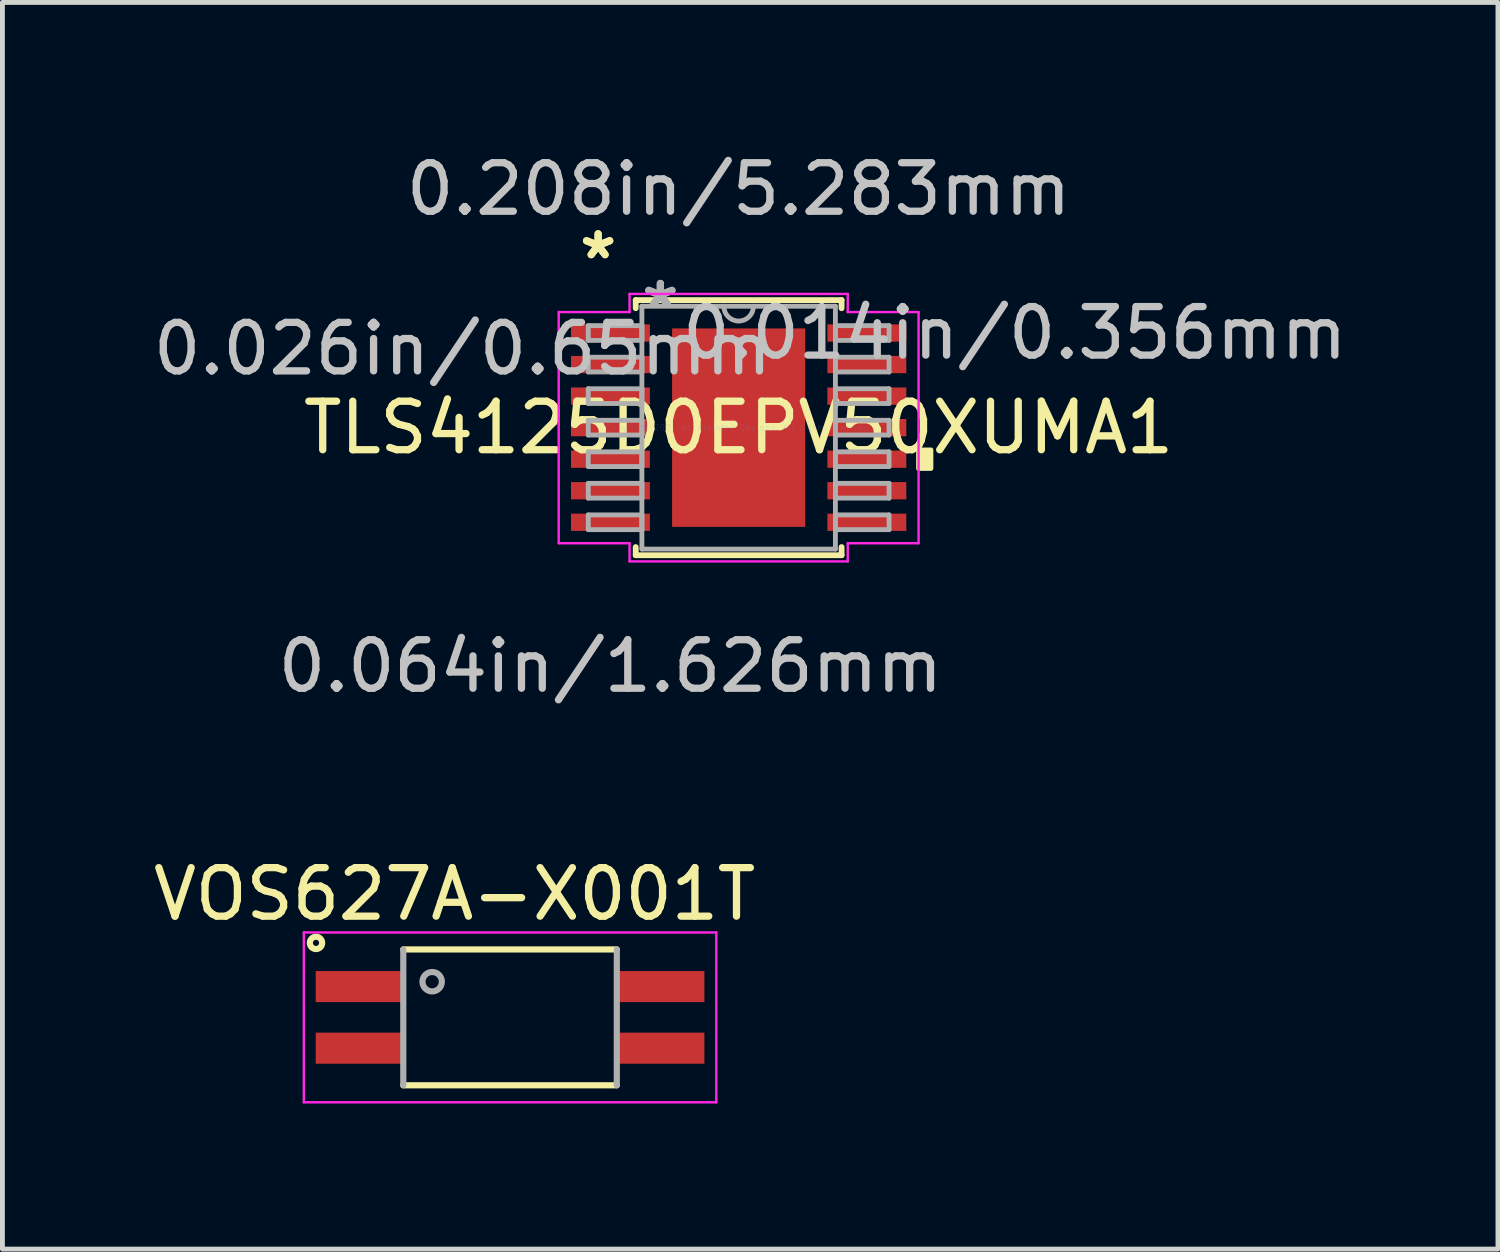
<source format=kicad_pcb>
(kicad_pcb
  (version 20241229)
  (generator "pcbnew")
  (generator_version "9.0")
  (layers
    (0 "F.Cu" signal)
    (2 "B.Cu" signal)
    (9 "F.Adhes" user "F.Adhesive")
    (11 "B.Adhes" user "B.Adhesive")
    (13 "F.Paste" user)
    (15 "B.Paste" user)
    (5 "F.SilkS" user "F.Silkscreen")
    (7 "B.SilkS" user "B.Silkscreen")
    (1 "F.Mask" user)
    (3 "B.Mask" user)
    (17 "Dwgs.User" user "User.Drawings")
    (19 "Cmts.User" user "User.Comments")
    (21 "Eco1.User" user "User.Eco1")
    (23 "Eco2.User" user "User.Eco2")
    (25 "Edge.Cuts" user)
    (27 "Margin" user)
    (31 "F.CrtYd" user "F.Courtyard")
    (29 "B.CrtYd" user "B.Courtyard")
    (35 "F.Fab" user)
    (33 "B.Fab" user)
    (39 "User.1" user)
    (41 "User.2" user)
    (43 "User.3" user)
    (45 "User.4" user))
  (footprint "VOS627A-X001T"
    (layer "F.Cu")
    (at 7.461 17.916)
    (property "Reference" "VOS627A-X001T" (at -1.143 -2.541 0) (layer "F.SilkS") (effects (font (size 1 1) (thickness 0.15))))
    (attr through_hole)
    (fp_line (start -2.2 1.4) (end 2.2 1.4) (stroke (width 0.127) (type solid)) (layer "F.SilkS"))
    (fp_line (start 2.2 -1.4) (end -2.2 -1.4) (stroke (width 0.127) (type solid)) (layer "F.SilkS"))
    (fp_circle (center -3.999 -1.535) (end -3.872 -1.535) (stroke (width 0.127) (type solid)) (fill no) (layer "F.SilkS"))
    (fp_line (start -4.25 -1.75) (end 4.25 -1.75) (stroke (width 0.05) (type solid)) (layer "F.CrtYd"))
    (fp_line (start -4.25 1.75) (end -4.25 -1.75) (stroke (width 0.05) (type solid)) (layer "F.CrtYd"))
    (fp_line (start 4.25 -1.75) (end 4.25 1.75) (stroke (width 0.05) (type solid)) (layer "F.CrtYd"))
    (fp_line (start 4.25 1.75) (end -4.25 1.75) (stroke (width 0.05) (type solid)) (layer "F.CrtYd"))
    (fp_line (start -2.2 -1.4) (end -2.2 1.4) (stroke (width 0.127) (type solid)) (layer "F.Fab"))
    (fp_line (start 2.2 1.4) (end 2.2 -1.4) (stroke (width 0.127) (type solid)) (layer "F.Fab"))
    (fp_circle (center -1.605 -0.735) (end -1.405 -0.735) (stroke (width 0.127) (type solid)) (fill no) (layer "F.Fab"))
    (pad "1" smd rect (at -3.085 -0.635) (size 1.84 0.64) (layers "F.Cu" "F.Mask" "F.Paste"))
    (pad "2" smd rect (at -3.085 0.635) (size 1.84 0.64) (layers "F.Cu" "F.Mask" "F.Paste"))
    (pad "3" smd rect (at 3.085 0.635) (size 1.84 0.64) (layers "F.Cu" "F.Mask" "F.Paste"))
    (pad "4" smd rect (at 3.085 -0.635) (size 1.84 0.64) (layers "F.Cu" "F.Mask" "F.Paste")))
  (footprint "TLS4125D0EPV50XUMA1"
    (layer "F.Cu")
    (at 12.172 5.763)
    (property "Reference" "TLS4125D0EPV50XUMA1" (at 0 0 0) (layer "F.SilkS") (effects (font (size 1 1) (thickness 0.15))))
    (attr through_hole)
    (fp_line (start -2.121 -2.629) (end -2.121 -2.461) (stroke (width 0.12) (type solid)) (layer "F.SilkS"))
    (fp_line (start -2.121 2.461) (end -2.121 2.629) (stroke (width 0.12) (type solid)) (layer "F.SilkS"))
    (fp_line (start -2.121 2.629) (end 2.121 2.629) (stroke (width 0.12) (type solid)) (layer "F.SilkS"))
    (fp_line (start 2.121 -2.629) (end -2.121 -2.629) (stroke (width 0.12) (type solid)) (layer "F.SilkS"))
    (fp_line (start 2.121 -2.461) (end 2.121 -2.629) (stroke (width 0.12) (type solid)) (layer "F.SilkS"))
    (fp_line (start 2.121 2.629) (end 2.121 2.461) (stroke (width 0.12) (type solid)) (layer "F.SilkS"))
    (fp_poly (pts (xy 3.962 0.459) (xy 3.962 0.84) (xy 3.708 0.84) (xy 3.708 0.459)) (stroke (width 0.1) (type solid)) (fill yes) (layer "F.SilkS"))
    (fp_line (start -3.708 -2.382) (end -2.248 -2.382) (stroke (width 0.05) (type solid)) (layer "F.CrtYd"))
    (fp_line (start -3.708 2.382) (end -3.708 -2.382) (stroke (width 0.05) (type solid)) (layer "F.CrtYd"))
    (fp_line (start -2.248 -2.756) (end 2.248 -2.756) (stroke (width 0.05) (type solid)) (layer "F.CrtYd"))
    (fp_line (start -2.248 -2.382) (end -2.248 -2.756) (stroke (width 0.05) (type solid)) (layer "F.CrtYd"))
    (fp_line (start -2.248 2.382) (end -3.708 2.382) (stroke (width 0.05) (type solid)) (layer "F.CrtYd"))
    (fp_line (start -2.248 2.756) (end -2.248 2.382) (stroke (width 0.05) (type solid)) (layer "F.CrtYd"))
    (fp_line (start 2.248 -2.756) (end 2.248 -2.382) (stroke (width 0.05) (type solid)) (layer "F.CrtYd"))
    (fp_line (start 2.248 -2.382) (end 3.708 -2.382) (stroke (width 0.05) (type solid)) (layer "F.CrtYd"))
    (fp_line (start 2.248 2.382) (end 2.248 2.756) (stroke (width 0.05) (type solid)) (layer "F.CrtYd"))
    (fp_line (start 2.248 2.756) (end -2.248 2.756) (stroke (width 0.05) (type solid)) (layer "F.CrtYd"))
    (fp_line (start 3.708 -2.382) (end 3.708 2.382) (stroke (width 0.05) (type solid)) (layer "F.CrtYd"))
    (fp_line (start 3.708 2.382) (end 2.248 2.382) (stroke (width 0.05) (type solid)) (layer "F.CrtYd"))
    (fp_line (start -3.099 -2.102) (end -3.099 -1.798) (stroke (width 0.1) (type solid)) (layer "F.Fab"))
    (fp_line (start -3.099 -1.798) (end -1.994 -1.798) (stroke (width 0.1) (type solid)) (layer "F.Fab"))
    (fp_line (start -3.099 -1.452) (end -3.099 -1.148) (stroke (width 0.1) (type solid)) (layer "F.Fab"))
    (fp_line (start -3.099 -1.148) (end -1.994 -1.148) (stroke (width 0.1) (type solid)) (layer "F.Fab"))
    (fp_line (start -3.099 -0.802) (end -3.099 -0.498) (stroke (width 0.1) (type solid)) (layer "F.Fab"))
    (fp_line (start -3.099 -0.498) (end -1.994 -0.498) (stroke (width 0.1) (type solid)) (layer "F.Fab"))
    (fp_line (start -3.099 -0.152) (end -3.099 0.152) (stroke (width 0.1) (type solid)) (layer "F.Fab"))
    (fp_line (start -3.099 0.152) (end -1.994 0.152) (stroke (width 0.1) (type solid)) (layer "F.Fab"))
    (fp_line (start -3.099 0.498) (end -3.099 0.802) (stroke (width 0.1) (type solid)) (layer "F.Fab"))
    (fp_line (start -3.099 0.802) (end -1.994 0.802) (stroke (width 0.1) (type solid)) (layer "F.Fab"))
    (fp_line (start -3.099 1.148) (end -3.099 1.452) (stroke (width 0.1) (type solid)) (layer "F.Fab"))
    (fp_line (start -3.099 1.452) (end -1.994 1.452) (stroke (width 0.1) (type solid)) (layer "F.Fab"))
    (fp_line (start -3.099 1.798) (end -3.099 2.102) (stroke (width 0.1) (type solid)) (layer "F.Fab"))
    (fp_line (start -3.099 2.102) (end -1.994 2.102) (stroke (width 0.1) (type solid)) (layer "F.Fab"))
    (fp_line (start -1.994 -2.502) (end -1.994 2.502) (stroke (width 0.1) (type solid)) (layer "F.Fab"))
    (fp_line (start -1.994 -2.102) (end -3.099 -2.102) (stroke (width 0.1) (type solid)) (layer "F.Fab"))
    (fp_line (start -1.994 -1.798) (end -1.994 -2.102) (stroke (width 0.1) (type solid)) (layer "F.Fab"))
    (fp_line (start -1.994 -1.452) (end -3.099 -1.452) (stroke (width 0.1) (type solid)) (layer "F.Fab"))
    (fp_line (start -1.994 -1.148) (end -1.994 -1.452) (stroke (width 0.1) (type solid)) (layer "F.Fab"))
    (fp_line (start -1.994 -0.802) (end -3.099 -0.802) (stroke (width 0.1) (type solid)) (layer "F.Fab"))
    (fp_line (start -1.994 -0.498) (end -1.994 -0.802) (stroke (width 0.1) (type solid)) (layer "F.Fab"))
    (fp_line (start -1.994 -0.152) (end -3.099 -0.152) (stroke (width 0.1) (type solid)) (layer "F.Fab"))
    (fp_line (start -1.994 0.152) (end -1.994 -0.152) (stroke (width 0.1) (type solid)) (layer "F.Fab"))
    (fp_line (start -1.994 0.498) (end -3.099 0.498) (stroke (width 0.1) (type solid)) (layer "F.Fab"))
    (fp_line (start -1.994 0.802) (end -1.994 0.498) (stroke (width 0.1) (type solid)) (layer "F.Fab"))
    (fp_line (start -1.994 1.148) (end -3.099 1.148) (stroke (width 0.1) (type solid)) (layer "F.Fab"))
    (fp_line (start -1.994 1.452) (end -1.994 1.148) (stroke (width 0.1) (type solid)) (layer "F.Fab"))
    (fp_line (start -1.994 1.798) (end -3.099 1.798) (stroke (width 0.1) (type solid)) (layer "F.Fab"))
    (fp_line (start -1.994 2.102) (end -1.994 1.798) (stroke (width 0.1) (type solid)) (layer "F.Fab"))
    (fp_line (start -1.994 2.502) (end 1.994 2.502) (stroke (width 0.1) (type solid)) (layer "F.Fab"))
    (fp_line (start 1.994 -2.502) (end -1.994 -2.502) (stroke (width 0.1) (type solid)) (layer "F.Fab"))
    (fp_line (start 1.994 -2.102) (end 1.994 -1.798) (stroke (width 0.1) (type solid)) (layer "F.Fab"))
    (fp_line (start 1.994 -1.798) (end 3.099 -1.798) (stroke (width 0.1) (type solid)) (layer "F.Fab"))
    (fp_line (start 1.994 -1.452) (end 1.994 -1.148) (stroke (width 0.1) (type solid)) (layer "F.Fab"))
    (fp_line (start 1.994 -1.148) (end 3.099 -1.148) (stroke (width 0.1) (type solid)) (layer "F.Fab"))
    (fp_line (start 1.994 -0.802) (end 1.994 -0.498) (stroke (width 0.1) (type solid)) (layer "F.Fab"))
    (fp_line (start 1.994 -0.498) (end 3.099 -0.498) (stroke (width 0.1) (type solid)) (layer "F.Fab"))
    (fp_line (start 1.994 -0.152) (end 1.994 0.152) (stroke (width 0.1) (type solid)) (layer "F.Fab"))
    (fp_line (start 1.994 0.152) (end 3.099 0.152) (stroke (width 0.1) (type solid)) (layer "F.Fab"))
    (fp_line (start 1.994 0.498) (end 1.994 0.802) (stroke (width 0.1) (type solid)) (layer "F.Fab"))
    (fp_line (start 1.994 0.802) (end 3.099 0.802) (stroke (width 0.1) (type solid)) (layer "F.Fab"))
    (fp_line (start 1.994 1.148) (end 1.994 1.452) (stroke (width 0.1) (type solid)) (layer "F.Fab"))
    (fp_line (start 1.994 1.452) (end 3.099 1.452) (stroke (width 0.1) (type solid)) (layer "F.Fab"))
    (fp_line (start 1.994 1.798) (end 1.994 2.102) (stroke (width 0.1) (type solid)) (layer "F.Fab"))
    (fp_line (start 1.994 2.102) (end 3.099 2.102) (stroke (width 0.1) (type solid)) (layer "F.Fab"))
    (fp_line (start 1.994 2.502) (end 1.994 -2.502) (stroke (width 0.1) (type solid)) (layer "F.Fab"))
    (fp_line (start 3.099 -2.102) (end 1.994 -2.102) (stroke (width 0.1) (type solid)) (layer "F.Fab"))
    (fp_line (start 3.099 -1.798) (end 3.099 -2.102) (stroke (width 0.1) (type solid)) (layer "F.Fab"))
    (fp_line (start 3.099 -1.452) (end 1.994 -1.452) (stroke (width 0.1) (type solid)) (layer "F.Fab"))
    (fp_line (start 3.099 -1.148) (end 3.099 -1.452) (stroke (width 0.1) (type solid)) (layer "F.Fab"))
    (fp_line (start 3.099 -0.802) (end 1.994 -0.802) (stroke (width 0.1) (type solid)) (layer "F.Fab"))
    (fp_line (start 3.099 -0.498) (end 3.099 -0.802) (stroke (width 0.1) (type solid)) (layer "F.Fab"))
    (fp_line (start 3.099 -0.152) (end 1.994 -0.152) (stroke (width 0.1) (type solid)) (layer "F.Fab"))
    (fp_line (start 3.099 0.152) (end 3.099 -0.152) (stroke (width 0.1) (type solid)) (layer "F.Fab"))
    (fp_line (start 3.099 0.498) (end 1.994 0.498) (stroke (width 0.1) (type solid)) (layer "F.Fab"))
    (fp_line (start 3.099 0.802) (end 3.099 0.498) (stroke (width 0.1) (type solid)) (layer "F.Fab"))
    (fp_line (start 3.099 1.148) (end 1.994 1.148) (stroke (width 0.1) (type solid)) (layer "F.Fab"))
    (fp_line (start 3.099 1.452) (end 3.099 1.148) (stroke (width 0.1) (type solid)) (layer "F.Fab"))
    (fp_line (start 3.099 1.798) (end 1.994 1.798) (stroke (width 0.1) (type solid)) (layer "F.Fab"))
    (fp_line (start 3.099 2.102) (end 3.099 1.798) (stroke (width 0.1) (type solid)) (layer "F.Fab"))
    (fp_arc (start 0.3048 -2.5019) (mid 0 -2.1971) (end -0.3048 -2.5019) (stroke (width 0.1) (type solid)) (layer "F.Fab"))
    (fp_text user "*" (at -2.896 -3.449 0) (layer "F.SilkS") (effects (font (size 1 1) (thickness 0.15))))
    (fp_text user "*" (at -2.896 -3.449 0) (layer "F.SilkS") (effects (font (size 1 1) (thickness 0.15))))
    (fp_text user "0.014in/0.356mm" (at 5.69 -1.95 0) (layer "Dwgs.User") (effects (font (size 1 1) (thickness 0.15))))
    (fp_text user "0.208in/5.283mm" (at 0 -4.915 0) (layer "Dwgs.User") (effects (font (size 1 1) (thickness 0.15))))
    (fp_text user "0.026in/0.65mm" (at -5.69 -1.625 0) (layer "Dwgs.User") (effects (font (size 1 1) (thickness 0.15))))
    (fp_text user "0.064in/1.626mm" (at -2.642 4.915 0) (layer "Dwgs.User") (effects (font (size 1 1) (thickness 0.15))))
    (fp_text user "Copyright 2021 Accelerated Designs. All rights reserved." (at 0 0 0) (layer "Cmts.User") (effects (font (size 0.127 0.127) (thickness 0.002))))
    (fp_text user "*" (at -1.613 -2.426 0) (layer "F.Fab") (effects (font (size 1 1) (thickness 0.15))))
    (fp_text user "*" (at -1.613 -2.426 0) (layer "F.Fab") (effects (font (size 1 1) (thickness 0.15))))
    (pad "1" smd rect (at -2.642 -1.95) (size 1.626 0.356) (layers "F.Cu" "F.Mask" "F.Paste"))
    (pad "2" smd rect (at -2.642 -1.3) (size 1.626 0.356) (layers "F.Cu" "F.Mask" "F.Paste"))
    (pad "3" smd rect (at -2.642 -0.65) (size 1.626 0.356) (layers "F.Cu" "F.Mask" "F.Paste"))
    (pad "4" smd rect (at -2.642 0) (size 1.626 0.356) (layers "F.Cu" "F.Mask" "F.Paste"))
    (pad "5" smd rect (at -2.642 0.65) (size 1.626 0.356) (layers "F.Cu" "F.Mask" "F.Paste"))
    (pad "6" smd rect (at -2.642 1.3) (size 1.626 0.356) (layers "F.Cu" "F.Mask" "F.Paste"))
    (pad "7" smd rect (at -2.642 1.95) (size 1.626 0.356) (layers "F.Cu" "F.Mask" "F.Paste"))
    (pad "8" smd rect (at 2.642 1.95) (size 1.626 0.356) (layers "F.Cu" "F.Mask" "F.Paste"))
    (pad "9" smd rect (at 2.642 1.3) (size 1.626 0.356) (layers "F.Cu" "F.Mask" "F.Paste"))
    (pad "10" smd rect (at 2.642 0.65) (size 1.626 0.356) (layers "F.Cu" "F.Mask" "F.Paste"))
    (pad "11" smd rect (at 2.642 0) (size 1.626 0.356) (layers "F.Cu" "F.Mask" "F.Paste"))
    (pad "12" smd rect (at 2.642 -0.65) (size 1.626 0.356) (layers "F.Cu" "F.Mask" "F.Paste"))
    (pad "13" smd rect (at 2.642 -1.3) (size 1.626 0.356) (layers "F.Cu" "F.Mask" "F.Paste"))
    (pad "14" smd rect (at 2.642 -1.95) (size 1.626 0.356) (layers "F.Cu" "F.Mask" "F.Paste"))
    (pad "15" smd rect (at 0 0) (size 2.743 4.089) (layers "F.Cu" "F.Mask" "F.Paste")))
  (gr_rect
    (start -3 -3)
    (end 27.82 22.691)
    (stroke (width 0.1) (type default))
    (fill no)
    (layer "Edge.Cuts")))
</source>
